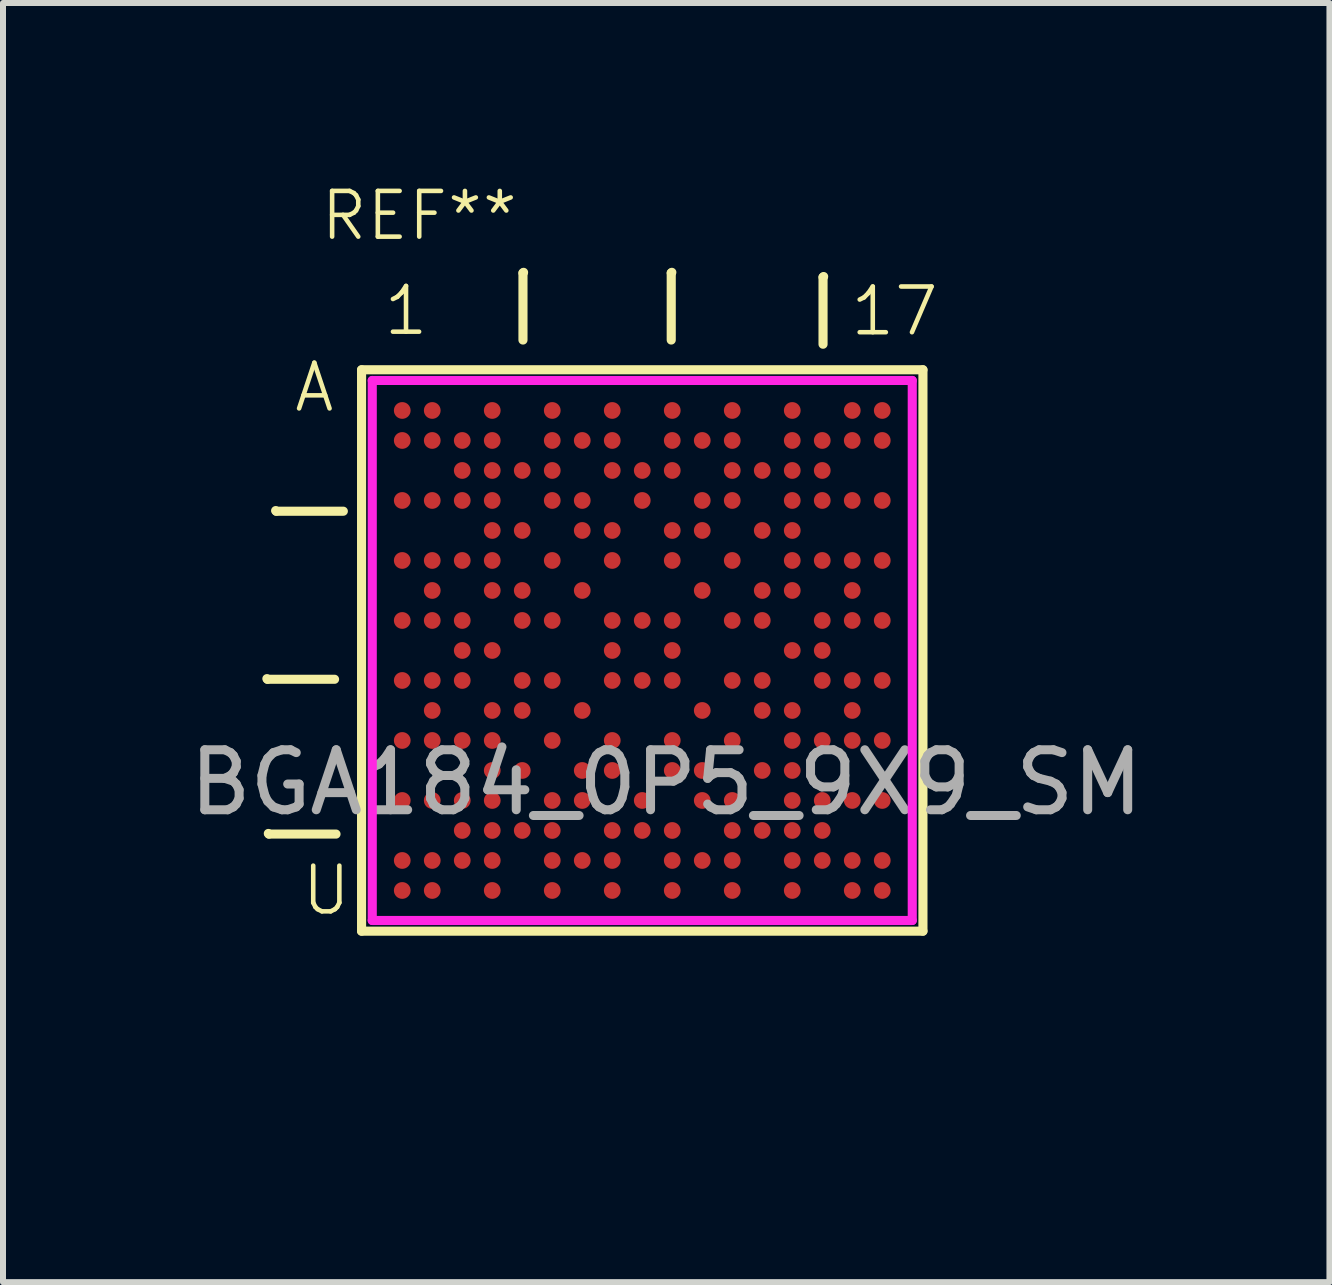
<source format=kicad_pcb>
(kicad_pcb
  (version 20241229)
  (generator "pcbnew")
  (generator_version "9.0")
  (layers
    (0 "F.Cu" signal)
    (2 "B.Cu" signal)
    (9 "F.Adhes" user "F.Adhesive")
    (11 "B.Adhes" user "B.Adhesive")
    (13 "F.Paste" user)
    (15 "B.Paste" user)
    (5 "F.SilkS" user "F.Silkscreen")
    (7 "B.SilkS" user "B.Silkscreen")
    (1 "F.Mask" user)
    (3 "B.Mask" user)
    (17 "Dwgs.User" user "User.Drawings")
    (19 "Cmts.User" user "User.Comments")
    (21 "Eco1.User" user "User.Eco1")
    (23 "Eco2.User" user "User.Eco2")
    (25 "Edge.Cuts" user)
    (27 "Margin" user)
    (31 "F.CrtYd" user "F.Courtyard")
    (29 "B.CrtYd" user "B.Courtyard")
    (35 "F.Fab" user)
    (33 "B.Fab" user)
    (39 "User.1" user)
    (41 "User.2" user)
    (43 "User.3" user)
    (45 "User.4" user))
  (footprint "BGA184_0P5_9X9_SM"
    (layer "F.Cu")
    (at 7.654 7.791)
    (property "Reference" "BGA184_0P5_9X9_SM" (at -1.7 7.4 0) (unlocked yes) (layer "Eco1.User") (effects (font (size 0.635 0.635) (thickness 0.041)) (justify left bottom)))
    (fp_line (start -6.256 0.47) (end -6.246 0.48) (stroke (width 0.152) (type solid)) (layer "F.SilkS"))
    (fp_line (start -6.246 0.48) (end -5.128 0.48) (stroke (width 0.152) (type solid)) (layer "F.SilkS"))
    (fp_line (start -6.232 3.05) (end -6.222 3.06) (stroke (width 0.152) (type solid)) (layer "F.SilkS"))
    (fp_line (start -6.222 3.06) (end -5.104 3.06) (stroke (width 0.152) (type solid)) (layer "F.SilkS"))
    (fp_line (start -6.11 -2.331) (end -6.1 -2.321) (stroke (width 0.152) (type solid)) (layer "F.SilkS"))
    (fp_line (start -6.1 -2.321) (end -4.982 -2.321) (stroke (width 0.152) (type solid)) (layer "F.SilkS"))
    (fp_line (start -4.678 -4.678) (end 4.678 -4.678) (stroke (width 0.152) (type solid)) (layer "F.SilkS"))
    (fp_line (start -4.678 4.678) (end -4.678 -4.678) (stroke (width 0.152) (type solid)) (layer "F.SilkS"))
    (fp_line (start -4.678 4.678) (end 4.678 4.678) (stroke (width 0.152) (type solid)) (layer "F.SilkS"))
    (fp_line (start -1.988 -6.292) (end -1.978 -6.302) (stroke (width 0.152) (type solid)) (layer "F.SilkS"))
    (fp_line (start -1.988 -5.174) (end -1.988 -6.292) (stroke (width 0.152) (type solid)) (layer "F.SilkS"))
    (fp_line (start 0.483 -6.292) (end 0.493 -6.302) (stroke (width 0.152) (type solid)) (layer "F.SilkS"))
    (fp_line (start 0.483 -5.174) (end 0.483 -6.292) (stroke (width 0.152) (type solid)) (layer "F.SilkS"))
    (fp_line (start 3.013 -6.222) (end 3.023 -6.232) (stroke (width 0.152) (type solid)) (layer "F.SilkS"))
    (fp_line (start 3.013 -5.104) (end 3.013 -6.222) (stroke (width 0.152) (type solid)) (layer "F.SilkS"))
    (fp_line (start 4.678 4.678) (end 4.678 -4.678) (stroke (width 0.152) (type solid)) (layer "F.SilkS"))
    (fp_line (start -6.361 -1.96) (end -6.341 -1.94) (stroke (width 0.152) (type solid)) (layer "Eco1.User"))
    (fp_line (start -6.341 -1.94) (end -5.257 -1.94) (stroke (width 0.152) (type solid)) (layer "Eco1.User"))
    (fp_line (start -6.253 0.46) (end -6.233 0.48) (stroke (width 0.152) (type solid)) (layer "Eco1.User"))
    (fp_line (start -6.233 0.48) (end -5.149 0.48) (stroke (width 0.152) (type solid)) (layer "Eco1.User"))
    (fp_line (start -6.229 3.04) (end -6.209 3.06) (stroke (width 0.152) (type solid)) (layer "Eco1.User"))
    (fp_line (start -6.209 3.06) (end -5.125 3.06) (stroke (width 0.152) (type solid)) (layer "Eco1.User"))
    (fp_line (start -4.5 -4.5) (end 4.5 -4.5) (stroke (width 0.152) (type solid)) (layer "Eco1.User"))
    (fp_line (start -4.5 4.5) (end -4.5 -4.5) (stroke (width 0.152) (type solid)) (layer "Eco1.User"))
    (fp_line (start -4.5 4.5) (end 4.5 4.5) (stroke (width 0.152) (type solid)) (layer "Eco1.User"))
    (fp_line (start -1.988 -6.279) (end -1.968 -6.299) (stroke (width 0.152) (type solid)) (layer "Eco1.User"))
    (fp_line (start -1.988 -5.195) (end -1.988 -6.279) (stroke (width 0.152) (type solid)) (layer "Eco1.User"))
    (fp_line (start 0.483 -6.279) (end 0.503 -6.299) (stroke (width 0.152) (type solid)) (layer "Eco1.User"))
    (fp_line (start 0.483 -5.195) (end 0.483 -6.279) (stroke (width 0.152) (type solid)) (layer "Eco1.User"))
    (fp_line (start 3.013 -6.209) (end 3.033 -6.229) (stroke (width 0.152) (type solid)) (layer "Eco1.User"))
    (fp_line (start 3.013 -5.125) (end 3.013 -6.209) (stroke (width 0.152) (type solid)) (layer "Eco1.User"))
    (fp_line (start 4.5 4.5) (end 4.5 -4.5) (stroke (width 0.152) (type solid)) (layer "Eco1.User"))
    (fp_line (start -4.5 -4.5) (end 4.5 -4.5) (stroke (width 0.152) (type solid)) (layer "F.CrtYd"))
    (fp_line (start -4.5 4.5) (end -4.5 -4.5) (stroke (width 0.152) (type solid)) (layer "F.CrtYd"))
    (fp_line (start -4.5 4.5) (end 4.5 4.5) (stroke (width 0.152) (type solid)) (layer "F.CrtYd"))
    (fp_line (start 4.5 4.5) (end 4.5 -4.5) (stroke (width 0.152) (type solid)) (layer "F.CrtYd"))
    (fp_line (start -4.5 4.5) (end 4.5 4.5) (stroke (width 0.025) (type solid)) (layer "User.5"))
    (fp_line (start -4.5 -4.5) (end 4.5 -4.5) (stroke (width 0.025) (type solid)) (layer "User.7"))
    (fp_line (start -4.5 4.5) (end -4.5 -4.5) (stroke (width 0.025) (type solid)) (layer "User.7"))
    (fp_line (start -4.5 4.5) (end 4.5 4.5) (stroke (width 0.025) (type solid)) (layer "User.7"))
    (fp_line (start 4.5 4.5) (end 4.5 -4.5) (stroke (width 0.025) (type solid)) (layer "User.7"))
    (fp_line (start -0.254 0) (end 0.254 0) (stroke (width 0.025) (type solid)) (layer "User.9"))
    (fp_line (start 0 0.254) (end 0 -0.254) (stroke (width 0.025) (type solid)) (layer "User.9"))
    (fp_text user "A" (at -5.842 -3.937 0) (unlocked yes) (layer "F.SilkS") (effects (font (size 0.762 0.762) (thickness 0.076)) (justify left bottom)))
    (fp_text user "REF**" (at -5.4 -6.8 0) (unlocked yes) (layer "F.SilkS") (effects (font (size 0.762 0.762) (thickness 0.076)) (justify left bottom)))
    (fp_text user "17" (at 3.429 -5.207 0) (unlocked yes) (layer "F.SilkS") (effects (font (size 0.762 0.762) (thickness 0.076)) (justify left bottom)))
    (fp_text user "U" (at -5.715 4.445 0) (unlocked yes) (layer "F.SilkS") (effects (font (size 0.762 0.762) (thickness 0.076)) (justify left bottom)))
    (fp_text user "1" (at -4.35 -5.216 0) (unlocked yes) (layer "F.SilkS") (effects (font (size 0.762 0.762) (thickness 0.076)) (justify left bottom)))
    (fp_text user "J3" (at -3.203 0 0) (unlocked yes) (layer "Eco1.User") (effects (font (size 0.254 0.254) (thickness 0.025)) (justify left bottom)))
    (fp_text user "H2" (at -3.703 -0.5 0) (unlocked yes) (layer "Eco1.User") (effects (font (size 0.254 0.254) (thickness 0.025)) (justify left bottom)))
    (fp_text user "N8" (at -0.703 2 0) (unlocked yes) (layer "Eco1.User") (effects (font (size 0.254 0.254) (thickness 0.025)) (justify left bottom)))
    (fp_text user "N5" (at -2.203 2 0) (unlocked yes) (layer "Eco1.User") (effects (font (size 0.254 0.254) (thickness 0.025)) (justify left bottom)))
    (fp_text user "L2" (at -3.703 1 0) (unlocked yes) (layer "Eco1.User") (effects (font (size 0.254 0.254) (thickness 0.025)) (justify left bottom)))
    (fp_text user "T17" (at 3.695 3.5 0) (unlocked yes) (layer "Eco1.User") (effects (font (size 0.254 0.254) (thickness 0.025)) (justify left bottom)))
    (fp_text user "F1" (at -4.203 -1.5 0) (unlocked yes) (layer "Eco1.User") (effects (font (size 0.254 0.254) (thickness 0.025)) (justify left bottom)))
    (fp_text user "M2" (at -3.703 1.5 0) (unlocked yes) (layer "Eco1.User") (effects (font (size 0.254 0.254) (thickness 0.025)) (justify left bottom)))
    (fp_text user "A8" (at -0.703 -4 0) (unlocked yes) (layer "Eco1.User") (effects (font (size 0.254 0.254) (thickness 0.025)) (justify left bottom)))
    (fp_text user "K6" (at -1.703 0.5 0) (unlocked yes) (layer "Eco1.User") (effects (font (size 0.254 0.254) (thickness 0.025)) (justify left bottom)))
    (fp_text user "H12" (at 1.195 -0.5 0) (unlocked yes) (layer "Eco1.User") (effects (font (size 0.254 0.254) (thickness 0.025)) (justify left bottom)))
    (fp_text user "N14" (at 2.195 2 0) (unlocked yes) (layer "Eco1.User") (effects (font (size 0.254 0.254) (thickness 0.025)) (justify left bottom)))
    (fp_text user "H16" (at 3.195 -0.5 0) (unlocked yes) (layer "Eco1.User") (effects (font (size 0.254 0.254) (thickness 0.025)) (justify left bottom)))
    (fp_text user "H15" (at 2.695 -0.5 0) (unlocked yes) (layer "Eco1.User") (effects (font (size 0.254 0.254) (thickness 0.025)) (justify left bottom)))
    (fp_text user "E10" (at 0.195 -2 0) (unlocked yes) (layer "Eco1.User") (effects (font (size 0.254 0.254) (thickness 0.025)) (justify left bottom)))
    (fp_text user "C12" (at 1.195 -3 0) (unlocked yes) (layer "Eco1.User") (effects (font (size 0.254 0.254) (thickness 0.025)) (justify left bottom)))
    (fp_text user "M3" (at -3.203 1.5 0) (unlocked yes) (layer "Eco1.User") (effects (font (size 0.254 0.254) (thickness 0.025)) (justify left bottom)))
    (fp_text user "F12" (at 1.195 -1.5 0) (unlocked yes) (layer "Eco1.User") (effects (font (size 0.254 0.254) (thickness 0.025)) (justify left bottom)))
    (fp_text user "G5" (at -2.203 -1 0) (unlocked yes) (layer "Eco1.User") (effects (font (size 0.254 0.254) (thickness 0.025)) (justify left bottom)))
    (fp_text user "H3" (at -3.203 -0.5 0) (unlocked yes) (layer "Eco1.User") (effects (font (size 0.254 0.254) (thickness 0.025)) (justify left bottom)))
    (fp_text user "H8" (at -0.703 -0.5 0) (unlocked yes) (layer "Eco1.User") (effects (font (size 0.254 0.254) (thickness 0.025)) (justify left bottom)))
    (fp_text user "T12" (at 1.195 3.5 0) (unlocked yes) (layer "Eco1.User") (effects (font (size 0.254 0.254) (thickness 0.025)) (justify left bottom)))
    (fp_text user "N13" (at 1.695 2 0) (unlocked yes) (layer "Eco1.User") (effects (font (size 0.254 0.254) (thickness 0.025)) (justify left bottom)))
    (fp_text user "K1" (at -4.203 0.5 0) (unlocked yes) (layer "Eco1.User") (effects (font (size 0.254 0.254) (thickness 0.025)) (justify left bottom)))
    (fp_text user "T16" (at 3.195 3.5 0) (unlocked yes) (layer "Eco1.User") (effects (font (size 0.254 0.254) (thickness 0.025)) (justify left bottom)))
    (fp_text user "P1" (at -4.203 2.5 0) (unlocked yes) (layer "Eco1.User") (effects (font (size 0.254 0.254) (thickness 0.025)) (justify left bottom)))
    (fp_text user "R14" (at 2.195 3 0) (unlocked yes) (layer "Eco1.User") (effects (font (size 0.254 0.254) (thickness 0.025)) (justify left bottom)))
    (fp_text user "K12" (at 1.195 0.5 0) (unlocked yes) (layer "Eco1.User") (effects (font (size 0.254 0.254) (thickness 0.025)) (justify left bottom)))
    (fp_text user "H10" (at 0.195 -0.5 0) (unlocked yes) (layer "Eco1.User") (effects (font (size 0.254 0.254) (thickness 0.025)) (justify left bottom)))
    (fp_text user "K15" (at 2.695 0.5 0) (unlocked yes) (layer "Eco1.User") (effects (font (size 0.254 0.254) (thickness 0.025)) (justify left bottom)))
    (fp_text user "B14" (at 2.195 -3.5 0) (unlocked yes) (layer "Eco1.User") (effects (font (size 0.254 0.254) (thickness 0.025)) (justify left bottom)))
    (fp_text user "M10" (at 0.195 1.5 0) (unlocked yes) (layer "Eco1.User") (effects (font (size 0.254 0.254) (thickness 0.025)) (justify left bottom)))
    (fp_text user "J15" (at 2.695 0 0) (unlocked yes) (layer "Eco1.User") (effects (font (size 0.254 0.254) (thickness 0.025)) (justify left bottom)))
    (fp_text user "H9" (at -0.203 -0.5 0) (unlocked yes) (layer "Eco1.User") (effects (font (size 0.254 0.254) (thickness 0.025)) (justify left bottom)))
    (fp_text user "U1" (at -4.203 4 0) (unlocked yes) (layer "Eco1.User") (effects (font (size 0.254 0.254) (thickness 0.025)) (justify left bottom)))
    (fp_text user "P17" (at 3.695 2.5 0) (unlocked yes) (layer "Eco1.User") (effects (font (size 0.254 0.254) (thickness 0.025)) (justify left bottom)))
    (fp_text user "F10" (at 0.195 -1.5 0) (unlocked yes) (layer "Eco1.User") (effects (font (size 0.254 0.254) (thickness 0.025)) (justify left bottom)))
    (fp_text user "K9" (at -0.203 0.5 0) (unlocked yes) (layer "Eco1.User") (effects (font (size 0.254 0.254) (thickness 0.025)) (justify left bottom)))
    (fp_text user "B1" (at -4.203 -3.5 0) (unlocked yes) (layer "Eco1.User") (effects (font (size 0.254 0.254) (thickness 0.025)) (justify left bottom)))
    (fp_text user "D1" (at -4.203 -2.5 0) (unlocked yes) (layer "Eco1.User") (effects (font (size 0.254 0.254) (thickness 0.025)) (justify left bottom)))
    (fp_text user "D7" (at -1.203 -2.5 0) (unlocked yes) (layer "Eco1.User") (effects (font (size 0.254 0.254) (thickness 0.025)) (justify left bottom)))
    (fp_text user "C5" (at -2.203 -3 0) (unlocked yes) (layer "Eco1.User") (effects (font (size 0.254 0.254) (thickness 0.025)) (justify left bottom)))
    (fp_text user "G4" (at -2.703 -1 0) (unlocked yes) (layer "Eco1.User") (effects (font (size 0.254 0.254) (thickness 0.025)) (justify left bottom)))
    (fp_text user "T10" (at 0.195 3.5 0) (unlocked yes) (layer "Eco1.User") (effects (font (size 0.254 0.254) (thickness 0.025)) (justify left bottom)))
    (fp_text user "M6" (at -1.703 1.5 0) (unlocked yes) (layer "Eco1.User") (effects (font (size 0.254 0.254) (thickness 0.025)) (justify left bottom)))
    (fp_text user "F4" (at -2.703 -1.5 0) (unlocked yes) (layer "Eco1.User") (effects (font (size 0.254 0.254) (thickness 0.025)) (justify left bottom)))
    (fp_text user "M14" (at 2.195 1.5 0) (unlocked yes) (layer "Eco1.User") (effects (font (size 0.254 0.254) (thickness 0.025)) (justify left bottom)))
    (fp_text user "G7" (at -1.203 -1 0) (unlocked yes) (layer "Eco1.User") (effects (font (size 0.254 0.254) (thickness 0.025)) (justify left bottom)))
    (fp_text user "F17" (at 3.695 -1.5 0) (unlocked yes) (layer "Eco1.User") (effects (font (size 0.254 0.254) (thickness 0.025)) (justify left bottom)))
    (fp_text user "M12" (at 1.195 1.5 0) (unlocked yes) (layer "Eco1.User") (effects (font (size 0.254 0.254) (thickness 0.025)) (justify left bottom)))
    (fp_text user "N11" (at 0.695 2 0) (unlocked yes) (layer "Eco1.User") (effects (font (size 0.254 0.254) (thickness 0.025)) (justify left bottom)))
    (fp_text user "R5" (at -2.203 3 0) (unlocked yes) (layer "Eco1.User") (effects (font (size 0.254 0.254) (thickness 0.025)) (justify left bottom)))
    (fp_text user "D3" (at -3.203 -2.5 0) (unlocked yes) (layer "Eco1.User") (effects (font (size 0.254 0.254) (thickness 0.025)) (justify left bottom)))
    (fp_text user "D17" (at 3.695 -2.5 0) (unlocked yes) (layer "Eco1.User") (effects (font (size 0.254 0.254) (thickness 0.025)) (justify left bottom)))
    (fp_text user "B10" (at 0.195 -3.5 0) (unlocked yes) (layer "Eco1.User") (effects (font (size 0.254 0.254) (thickness 0.025)) (justify left bottom)))
    (fp_text user "J10" (at 0.195 0 0) (unlocked yes) (layer "Eco1.User") (effects (font (size 0.254 0.254) (thickness 0.025)) (justify left bottom)))
    (fp_text user "K3" (at -3.203 0.5 0) (unlocked yes) (layer "Eco1.User") (effects (font (size 0.254 0.254) (thickness 0.025)) (justify left bottom)))
    (fp_text user "G11" (at 0.695 -1 0) (unlocked yes) (layer "Eco1.User") (effects (font (size 0.254 0.254) (thickness 0.025)) (justify left bottom)))
    (fp_text user "N10" (at 0.195 2 0) (unlocked yes) (layer "Eco1.User") (effects (font (size 0.254 0.254) (thickness 0.025)) (justify left bottom)))
    (fp_text user "H1" (at -4.203 -0.5 0) (unlocked yes) (layer "Eco1.User") (effects (font (size 0.254 0.254) (thickness 0.025)) (justify left bottom)))
    (fp_text user "P2" (at -3.703 2.5 0) (unlocked yes) (layer "Eco1.User") (effects (font (size 0.254 0.254) (thickness 0.025)) (justify left bottom)))
    (fp_text user "R15" (at 2.695 3 0) (unlocked yes) (layer "Eco1.User") (effects (font (size 0.254 0.254) (thickness 0.025)) (justify left bottom)))
    (fp_text user "17" (at 3.881 -5.57 0) (unlocked yes) (layer "Eco1.User") (effects (font (size 0.635 0.635) (thickness 0.041)) (justify left bottom)))
    (fp_text user "L16" (at 3.195 1 0) (unlocked yes) (layer "Eco1.User") (effects (font (size 0.254 0.254) (thickness 0.025)) (justify left bottom)))
    (fp_text user "P12" (at 1.195 2.5 0) (unlocked yes) (layer "Eco1.User") (effects (font (size 0.254 0.254) (thickness 0.025)) (justify left bottom)))
    (fp_text user "F6" (at -1.703 -1.5 0) (unlocked yes) (layer "Eco1.User") (effects (font (size 0.254 0.254) (thickness 0.025)) (justify left bottom)))
    (fp_text user "J4" (at -2.703 0 0) (unlocked yes) (layer "Eco1.User") (effects (font (size 0.254 0.254) (thickness 0.025)) (justify left bottom)))
    (fp_text user "U2" (at -3.703 4 0) (unlocked yes) (layer "Eco1.User") (effects (font (size 0.254 0.254) (thickness 0.025)) (justify left bottom)))
    (fp_text user "F14" (at 2.195 -1.5 0) (unlocked yes) (layer "Eco1.User") (effects (font (size 0.254 0.254) (thickness 0.025)) (justify left bottom)))
    (fp_text user "G2" (at -3.703 -1 0) (unlocked yes) (layer "Eco1.User") (effects (font (size 0.254 0.254) (thickness 0.025)) (justify left bottom)))
    (fp_text user "K10" (at 0.195 0.5 0) (unlocked yes) (layer "Eco1.User") (effects (font (size 0.254 0.254) (thickness 0.025)) (justify left bottom)))
    (fp_text user "B8" (at -0.703 -3.5 0) (unlocked yes) (layer "Eco1.User") (effects (font (size 0.254 0.254) (thickness 0.025)) (justify left bottom)))
    (fp_text user "K5" (at -2.203 0.5 0) (unlocked yes) (layer "Eco1.User") (effects (font (size 0.254 0.254) (thickness 0.025)) (justify left bottom)))
    (fp_text user "E14" (at 2.195 -2 0) (unlocked yes) (layer "Eco1.User") (effects (font (size 0.254 0.254) (thickness 0.025)) (justify left bottom)))
    (fp_text user "U4" (at -2.703 4 0) (unlocked yes) (layer "Eco1.User") (effects (font (size 0.254 0.254) (thickness 0.025)) (justify left bottom)))
    (fp_text user "U17" (at 3.695 4 0) (unlocked yes) (layer "Eco1.User") (effects (font (size 0.254 0.254) (thickness 0.025)) (justify left bottom)))
    (fp_text user "U14" (at 2.195 4 0) (unlocked yes) (layer "Eco1.User") (effects (font (size 0.254 0.254) (thickness 0.025)) (justify left bottom)))
    (fp_text user "U" (at -5.688 4.327 0) (unlocked yes) (layer "Eco1.User") (effects (font (size 0.635 0.635) (thickness 0.041)) (justify left bottom)))
    (fp_text user "R9" (at -0.203 3 0) (unlocked yes) (layer "Eco1.User") (effects (font (size 0.254 0.254) (thickness 0.025)) (justify left bottom)))
    (fp_text user "1" (at -4.274 -5.25 0) (unlocked yes) (layer "Eco1.User") (effects (font (size 0.635 0.635) (thickness 0.041)) (justify left bottom)))
    (fp_text user "M16" (at 3.195 1.5 0) (unlocked yes) (layer "Eco1.User") (effects (font (size 0.254 0.254) (thickness 0.025)) (justify left bottom)))
    (fp_text user "N7" (at -1.203 2 0) (unlocked yes) (layer "Eco1.User") (effects (font (size 0.254 0.254) (thickness 0.025)) (justify left bottom)))
    (fp_text user "A1" (at -4.203 -4 0) (unlocked yes) (layer "Eco1.User") (effects (font (size 0.254 0.254) (thickness 0.025)) (justify left bottom)))
    (fp_text user "T15" (at 2.695 3.5 0) (unlocked yes) (layer "Eco1.User") (effects (font (size 0.254 0.254) (thickness 0.025)) (justify left bottom)))
    (fp_text user "G16" (at 3.195 -1 0) (unlocked yes) (layer "Eco1.User") (effects (font (size 0.254 0.254) (thickness 0.025)) (justify left bottom)))
    (fp_text user "T3" (at -3.203 3.5 0) (unlocked yes) (layer "Eco1.User") (effects (font (size 0.254 0.254) (thickness 0.025)) (justify left bottom)))
    (fp_text user "B16" (at 3.195 -3.5 0) (unlocked yes) (layer "Eco1.User") (effects (font (size 0.254 0.254) (thickness 0.025)) (justify left bottom)))
    (fp_text user "T4" (at -2.703 3.5 0) (unlocked yes) (layer "Eco1.User") (effects (font (size 0.254 0.254) (thickness 0.025)) (justify left bottom)))
    (fp_text user "E4" (at -2.703 -2 0) (unlocked yes) (layer "Eco1.User") (effects (font (size 0.254 0.254) (thickness 0.025)) (justify left bottom)))
    (fp_text user "E13" (at 1.695 -2 0) (unlocked yes) (layer "Eco1.User") (effects (font (size 0.254 0.254) (thickness 0.025)) (justify left bottom)))
    (fp_text user "T7" (at -1.203 3.5 0) (unlocked yes) (layer "Eco1.User") (effects (font (size 0.254 0.254) (thickness 0.025)) (justify left bottom)))
    (fp_text user "B11" (at 0.695 -3.5 0) (unlocked yes) (layer "Eco1.User") (effects (font (size 0.254 0.254) (thickness 0.025)) (justify left bottom)))
    (fp_text user "B3" (at -3.203 -3.5 0) (unlocked yes) (layer "Eco1.User") (effects (font (size 0.254 0.254) (thickness 0.025)) (justify left bottom)))
    (fp_text user "A14" (at 2.195 -4 0) (unlocked yes) (layer "Eco1.User") (effects (font (size 0.254 0.254) (thickness 0.025)) (justify left bottom)))
    (fp_text user "U16" (at 3.195 4 0) (unlocked yes) (layer "Eco1.User") (effects (font (size 0.254 0.254) (thickness 0.025)) (justify left bottom)))
    (fp_text user "E11" (at 0.695 -2 0) (unlocked yes) (layer "Eco1.User") (effects (font (size 0.254 0.254) (thickness 0.025)) (justify left bottom)))
    (fp_text user "R8" (at -0.703 3 0) (unlocked yes) (layer "Eco1.User") (effects (font (size 0.254 0.254) (thickness 0.025)) (justify left bottom)))
    (fp_text user "D11" (at 0.695 -2.5 0) (unlocked yes) (layer "Eco1.User") (effects (font (size 0.254 0.254) (thickness 0.025)) (justify left bottom)))
    (fp_text user "T8" (at -0.703 3.5 0) (unlocked yes) (layer "Eco1.User") (effects (font (size 0.254 0.254) (thickness 0.025)) (justify left bottom)))
    (fp_text user "G13" (at 1.695 -1 0) (unlocked yes) (layer "Eco1.User") (effects (font (size 0.254 0.254) (thickness 0.025)) (justify left bottom)))
    (fp_text user "C13" (at 1.695 -3 0) (unlocked yes) (layer "Eco1.User") (effects (font (size 0.254 0.254) (thickness 0.025)) (justify left bottom)))
    (fp_text user "C15" (at 2.695 -3 0) (unlocked yes) (layer "Eco1.User") (effects (font (size 0.254 0.254) (thickness 0.025)) (justify left bottom)))
    (fp_text user "K2" (at -3.703 0.5 0) (unlocked yes) (layer "Eco1.User") (effects (font (size 0.254 0.254) (thickness 0.025)) (justify left bottom)))
    (fp_text user "P7" (at -1.203 2.5 0) (unlocked yes) (layer "Eco1.User") (effects (font (size 0.254 0.254) (thickness 0.025)) (justify left bottom)))
    (fp_text user "E8" (at -0.703 -2 0) (unlocked yes) (layer "Eco1.User") (effects (font (size 0.254 0.254) (thickness 0.025)) (justify left bottom)))
    (fp_text user "H5" (at -2.203 -0.5 0) (unlocked yes) (layer "Eco1.User") (effects (font (size 0.254 0.254) (thickness 0.025)) (justify left bottom)))
    (fp_text user "R10" (at 0.195 3 0) (unlocked yes) (layer "Eco1.User") (effects (font (size 0.254 0.254) (thickness 0.025)) (justify left bottom)))
    (fp_text user "B7" (at -1.203 -3.5 0) (unlocked yes) (layer "Eco1.User") (effects (font (size 0.254 0.254) (thickness 0.025)) (justify left bottom)))
    (fp_text user "A4" (at -2.703 -4 0) (unlocked yes) (layer "Eco1.User") (effects (font (size 0.254 0.254) (thickness 0.025)) (justify left bottom)))
    (fp_text user "F16" (at 3.195 -1.5 0) (unlocked yes) (layer "Eco1.User") (effects (font (size 0.254 0.254) (thickness 0.025)) (justify left bottom)))
    (fp_text user "U10" (at 0.195 4 0) (unlocked yes) (layer "Eco1.User") (effects (font (size 0.254 0.254) (thickness 0.025)) (justify left bottom)))
    (fp_text user "U8" (at -0.703 4 0) (unlocked yes) (layer "Eco1.User") (effects (font (size 0.254 0.254) (thickness 0.025)) (justify left bottom)))
    (fp_text user "P4" (at -2.703 2.5 0) (unlocked yes) (layer "Eco1.User") (effects (font (size 0.254 0.254) (thickness 0.025)) (justify left bottom)))
    (fp_text user "G14" (at 2.195 -1 0) (unlocked yes) (layer "Eco1.User") (effects (font (size 0.254 0.254) (thickness 0.025)) (justify left bottom)))
    (fp_text user "T11" (at 0.695 3.5 0) (unlocked yes) (layer "Eco1.User") (effects (font (size 0.254 0.254) (thickness 0.025)) (justify left bottom)))
    (fp_text user "M15" (at 2.695 1.5 0) (unlocked yes) (layer "Eco1.User") (effects (font (size 0.254 0.254) (thickness 0.025)) (justify left bottom)))
    (fp_text user "C4" (at -2.703 -3 0) (unlocked yes) (layer "Eco1.User") (effects (font (size 0.254 0.254) (thickness 0.025)) (justify left bottom)))
    (fp_text user "H6" (at -1.703 -0.5 0) (unlocked yes) (layer "Eco1.User") (effects (font (size 0.254 0.254) (thickness 0.025)) (justify left bottom)))
    (fp_text user "A12" (at 1.195 -4 0) (unlocked yes) (layer "Eco1.User") (effects (font (size 0.254 0.254) (thickness 0.025)) (justify left bottom)))
    (fp_text user "A6" (at -1.703 -4 0) (unlocked yes) (layer "Eco1.User") (effects (font (size 0.254 0.254) (thickness 0.025)) (justify left bottom)))
    (fp_text user "A16" (at 3.195 -4 0) (unlocked yes) (layer "Eco1.User") (effects (font (size 0.254 0.254) (thickness 0.025)) (justify left bottom)))
    (fp_text user "P6" (at -1.703 2.5 0) (unlocked yes) (layer "Eco1.User") (effects (font (size 0.254 0.254) (thickness 0.025)) (justify left bottom)))
    (fp_text user "D16" (at 3.195 -2.5 0) (unlocked yes) (layer "Eco1.User") (effects (font (size 0.254 0.254) (thickness 0.025)) (justify left bottom)))
    (fp_text user "H13" (at 1.695 -0.5 0) (unlocked yes) (layer "Eco1.User") (effects (font (size 0.254 0.254) (thickness 0.025)) (justify left bottom)))
    (fp_text user "N4" (at -2.703 2 0) (unlocked yes) (layer "Eco1.User") (effects (font (size 0.254 0.254) (thickness 0.025)) (justify left bottom)))
    (fp_text user "D4" (at -2.703 -2.5 0) (unlocked yes) (layer "Eco1.User") (effects (font (size 0.254 0.254) (thickness 0.025)) (justify left bottom)))
    (fp_text user "P16" (at 3.195 2.5 0) (unlocked yes) (layer "Eco1.User") (effects (font (size 0.254 0.254) (thickness 0.025)) (justify left bottom)))
    (fp_text user "P9" (at -0.203 2.5 0) (unlocked yes) (layer "Eco1.User") (effects (font (size 0.254 0.254) (thickness 0.025)) (justify left bottom)))
    (fp_text user "L7" (at -1.203 1 0) (unlocked yes) (layer "Eco1.User") (effects (font (size 0.254 0.254) (thickness 0.025)) (justify left bottom)))
    (fp_text user "D14" (at 2.195 -2.5 0) (unlocked yes) (layer "Eco1.User") (effects (font (size 0.254 0.254) (thickness 0.025)) (justify left bottom)))
    (fp_text user "B2" (at -3.703 -3.5 0) (unlocked yes) (layer "Eco1.User") (effects (font (size 0.254 0.254) (thickness 0.025)) (justify left bottom)))
    (fp_text user "M8" (at -0.703 1.5 0) (unlocked yes) (layer "Eco1.User") (effects (font (size 0.254 0.254) (thickness 0.025)) (justify left bottom)))
    (fp_text user "B4" (at -2.703 -3.5 0) (unlocked yes) (layer "Eco1.User") (effects (font (size 0.254 0.254) (thickness 0.025)) (justify left bottom)))
    (fp_text user "E5" (at -2.203 -2 0) (unlocked yes) (layer "Eco1.User") (effects (font (size 0.254 0.254) (thickness 0.025)) (justify left bottom)))
    (fp_text user "L14" (at 2.195 1 0) (unlocked yes) (layer "Eco1.User") (effects (font (size 0.254 0.254) (thickness 0.025)) (justify left bottom)))
    (fp_text user "R6" (at -1.703 3 0) (unlocked yes) (layer "Eco1.User") (effects (font (size 0.254 0.254) (thickness 0.025)) (justify left bottom)))
    (fp_text user "T6" (at -1.703 3.5 0) (unlocked yes) (layer "Eco1.User") (effects (font (size 0.254 0.254) (thickness 0.025)) (justify left bottom)))
    (fp_text user "C8" (at -0.703 -3 0) (unlocked yes) (layer "Eco1.User") (effects (font (size 0.254 0.254) (thickness 0.025)) (justify left bottom)))
    (fp_text user "C14" (at 2.195 -3 0) (unlocked yes) (layer "Eco1.User") (effects (font (size 0.254 0.254) (thickness 0.025)) (justify left bottom)))
    (fp_text user "R12" (at 1.195 3 0) (unlocked yes) (layer "Eco1.User") (effects (font (size 0.254 0.254) (thickness 0.025)) (justify left bottom)))
    (fp_text user "D12" (at 1.195 -2.5 0) (unlocked yes) (layer "Eco1.User") (effects (font (size 0.254 0.254) (thickness 0.025)) (justify left bottom)))
    (fp_text user "T1" (at -4.203 3.5 0) (unlocked yes) (layer "Eco1.User") (effects (font (size 0.254 0.254) (thickness 0.025)) (justify left bottom)))
    (fp_text user "L13" (at 1.695 1 0) (unlocked yes) (layer "Eco1.User") (effects (font (size 0.254 0.254) (thickness 0.025)) (justify left bottom)))
    (fp_text user "P11" (at 0.695 2.5 0) (unlocked yes) (layer "Eco1.User") (effects (font (size 0.254 0.254) (thickness 0.025)) (justify left bottom)))
    (fp_text user "K13" (at 1.695 0.5 0) (unlocked yes) (layer "Eco1.User") (effects (font (size 0.254 0.254) (thickness 0.025)) (justify left bottom)))
    (fp_text user "E7" (at -1.203 -2 0) (unlocked yes) (layer "Eco1.User") (effects (font (size 0.254 0.254) (thickness 0.025)) (justify left bottom)))
    (fp_text user "L11" (at 0.695 1 0) (unlocked yes) (layer "Eco1.User") (effects (font (size 0.254 0.254) (thickness 0.025)) (justify left bottom)))
    (fp_text user "T2" (at -3.703 3.5 0) (unlocked yes) (layer "Eco1.User") (effects (font (size 0.254 0.254) (thickness 0.025)) (justify left bottom)))
    (fp_text user "A" (at -5.965 -3.85 0) (unlocked yes) (layer "Eco1.User") (effects (font (size 0.635 0.635) (thickness 0.041)) (justify left bottom)))
    (fp_text user "D2" (at -3.703 -2.5 0) (unlocked yes) (layer "Eco1.User") (effects (font (size 0.254 0.254) (thickness 0.025)) (justify left bottom)))
    (fp_text user "F3" (at -3.203 -1.5 0) (unlocked yes) (layer "Eco1.User") (effects (font (size 0.254 0.254) (thickness 0.025)) (justify left bottom)))
    (fp_text user "A2" (at -3.703 -4 0) (unlocked yes) (layer "Eco1.User") (effects (font (size 0.254 0.254) (thickness 0.025)) (justify left bottom)))
    (fp_text user "T14" (at 2.195 3.5 0) (unlocked yes) (layer "Eco1.User") (effects (font (size 0.254 0.254) (thickness 0.025)) (justify left bottom)))
    (fp_text user "D15" (at 2.695 -2.5 0) (unlocked yes) (layer "Eco1.User") (effects (font (size 0.254 0.254) (thickness 0.025)) (justify left bottom)))
    (fp_text user "M17" (at 3.695 1.5 0) (unlocked yes) (layer "Eco1.User") (effects (font (size 0.254 0.254) (thickness 0.025)) (justify left bottom)))
    (fp_text user "A17" (at 3.695 -4 0) (unlocked yes) (layer "Eco1.User") (effects (font (size 0.254 0.254) (thickness 0.025)) (justify left bottom)))
    (fp_text user "B6" (at -1.703 -3.5 0) (unlocked yes) (layer "Eco1.User") (effects (font (size 0.254 0.254) (thickness 0.025)) (justify left bottom)))
    (fp_text user "R3" (at -3.203 3 0) (unlocked yes) (layer "Eco1.User") (effects (font (size 0.254 0.254) (thickness 0.025)) (justify left bottom)))
    (fp_text user "R13" (at 1.695 3 0) (unlocked yes) (layer "Eco1.User") (effects (font (size 0.254 0.254) (thickness 0.025)) (justify left bottom)))
    (fp_text user "J14" (at 2.195 0 0) (unlocked yes) (layer "Eco1.User") (effects (font (size 0.254 0.254) (thickness 0.025)) (justify left bottom)))
    (fp_text user "C6" (at -1.703 -3 0) (unlocked yes) (layer "Eco1.User") (effects (font (size 0.254 0.254) (thickness 0.025)) (justify left bottom)))
    (fp_text user "M1" (at -4.203 1.5 0) (unlocked yes) (layer "Eco1.User") (effects (font (size 0.254 0.254) (thickness 0.025)) (justify left bottom)))
    (fp_text user "B15" (at 2.695 -3.5 0) (unlocked yes) (layer "Eco1.User") (effects (font (size 0.254 0.254) (thickness 0.025)) (justify left bottom)))
    (fp_text user "J8" (at -0.703 0 0) (unlocked yes) (layer "Eco1.User") (effects (font (size 0.254 0.254) (thickness 0.025)) (justify left bottom)))
    (fp_text user "B17" (at 3.695 -3.5 0) (unlocked yes) (layer "Eco1.User") (effects (font (size 0.254 0.254) (thickness 0.025)) (justify left bottom)))
    (fp_text user "C9" (at -0.203 -3 0) (unlocked yes) (layer "Eco1.User") (effects (font (size 0.254 0.254) (thickness 0.025)) (justify left bottom)))
    (fp_text user "L5" (at -2.203 1 0) (unlocked yes) (layer "Eco1.User") (effects (font (size 0.254 0.254) (thickness 0.025)) (justify left bottom)))
    (fp_text user "P3" (at -3.203 2.5 0) (unlocked yes) (layer "Eco1.User") (effects (font (size 0.254 0.254) (thickness 0.025)) (justify left bottom)))
    (fp_text user "B12" (at 1.195 -3.5 0) (unlocked yes) (layer "Eco1.User") (effects (font (size 0.254 0.254) (thickness 0.025)) (justify left bottom)))
    (fp_text user "L4" (at -2.703 1 0) (unlocked yes) (layer "Eco1.User") (effects (font (size 0.254 0.254) (thickness 0.025)) (justify left bottom)))
    (fp_text user "C3" (at -3.203 -3 0) (unlocked yes) (layer "Eco1.User") (effects (font (size 0.254 0.254) (thickness 0.025)) (justify left bottom)))
    (fp_text user "K17" (at 3.695 0.5 0) (unlocked yes) (layer "Eco1.User") (effects (font (size 0.254 0.254) (thickness 0.025)) (justify left bottom)))
    (fp_text user "F8" (at -0.703 -1.5 0) (unlocked yes) (layer "Eco1.User") (effects (font (size 0.254 0.254) (thickness 0.025)) (justify left bottom)))
    (fp_text user "H17" (at 3.695 -0.5 0) (unlocked yes) (layer "Eco1.User") (effects (font (size 0.254 0.254) (thickness 0.025)) (justify left bottom)))
    (fp_text user "P14" (at 2.195 2.5 0) (unlocked yes) (layer "Eco1.User") (effects (font (size 0.254 0.254) (thickness 0.025)) (justify left bottom)))
    (fp_text user "M4" (at -2.703 1.5 0) (unlocked yes) (layer "Eco1.User") (effects (font (size 0.254 0.254) (thickness 0.025)) (justify left bottom)))
    (fp_text user "D9" (at -0.203 -2.5 0) (unlocked yes) (layer "Eco1.User") (effects (font (size 0.254 0.254) (thickness 0.025)) (justify left bottom)))
    (fp_text user "U12" (at 1.195 4 0) (unlocked yes) (layer "Eco1.User") (effects (font (size 0.254 0.254) (thickness 0.025)) (justify left bottom)))
    (fp_text user "C10" (at 0.195 -3 0) (unlocked yes) (layer "Eco1.User") (effects (font (size 0.254 0.254) (thickness 0.025)) (justify left bottom)))
    (fp_text user "K8" (at -0.703 0.5 0) (unlocked yes) (layer "Eco1.User") (effects (font (size 0.254 0.254) (thickness 0.025)) (justify left bottom)))
    (fp_text user "F2" (at -3.703 -1.5 0) (unlocked yes) (layer "Eco1.User") (effects (font (size 0.254 0.254) (thickness 0.025)) (justify left bottom)))
    (fp_text user "R4" (at -2.703 3 0) (unlocked yes) (layer "Eco1.User") (effects (font (size 0.254 0.254) (thickness 0.025)) (justify left bottom)))
    (fp_text user "D6" (at -1.703 -2.5 0) (unlocked yes) (layer "Eco1.User") (effects (font (size 0.254 0.254) (thickness 0.025)) (justify left bottom)))
    (fp_text user "F15" (at 2.695 -1.5 0) (unlocked yes) (layer "Eco1.User") (effects (font (size 0.254 0.254) (thickness 0.025)) (justify left bottom)))
    (fp_text user "U6" (at -1.703 4 0) (unlocked yes) (layer "Eco1.User") (effects (font (size 0.254 0.254) (thickness 0.025)) (justify left bottom)))
    (fp_text user "A10" (at 0.195 -4 0) (unlocked yes) (layer "Eco1.User") (effects (font (size 0.254 0.254) (thickness 0.025)) (justify left bottom)))
    (fp_text user "K16" (at 3.195 0.5 0) (unlocked yes) (layer "Eco1.User") (effects (font (size 0.254 0.254) (thickness 0.025)) (justify left bottom)))
    (fp_text user "P15" (at 2.695 2.5 0) (unlocked yes) (layer "Eco1.User") (effects (font (size 0.254 0.254) (thickness 0.025)) (justify left bottom)))
    (fp_text user "${REFERENCE}" (at 0.4 2.2 0) (layer "F.Fab") (effects (font (size 1 1) (thickness 0.15))))
    (pad "A1" smd circle (at -4 -4) (size 0.279 0.279) (layers "F.Cu" "F.Mask" "F.Paste"))
    (pad "A2" smd circle (at -3.5 -4) (size 0.279 0.279) (layers "F.Cu" "F.Mask" "F.Paste"))
    (pad "A4" smd circle (at -2.5 -4) (size 0.279 0.279) (layers "F.Cu" "F.Mask" "F.Paste"))
    (pad "A6" smd circle (at -1.5 -4) (size 0.279 0.279) (layers "F.Cu" "F.Mask" "F.Paste"))
    (pad "A8" smd circle (at -0.5 -4) (size 0.279 0.279) (layers "F.Cu" "F.Mask" "F.Paste"))
    (pad "A10" smd circle (at 0.5 -4) (size 0.279 0.279) (layers "F.Cu" "F.Mask" "F.Paste"))
    (pad "A12" smd circle (at 1.5 -4) (size 0.279 0.279) (layers "F.Cu" "F.Mask" "F.Paste"))
    (pad "A14" smd circle (at 2.5 -4) (size 0.279 0.279) (layers "F.Cu" "F.Mask" "F.Paste"))
    (pad "A16" smd circle (at 3.5 -4) (size 0.279 0.279) (layers "F.Cu" "F.Mask" "F.Paste"))
    (pad "A17" smd circle (at 4 -4) (size 0.279 0.279) (layers "F.Cu" "F.Mask" "F.Paste"))
    (pad "B1" smd circle (at -4 -3.5) (size 0.279 0.279) (layers "F.Cu" "F.Mask" "F.Paste"))
    (pad "B2" smd circle (at -3.5 -3.5) (size 0.279 0.279) (layers "F.Cu" "F.Mask" "F.Paste"))
    (pad "B3" smd circle (at -3 -3.5) (size 0.279 0.279) (layers "F.Cu" "F.Mask" "F.Paste"))
    (pad "B4" smd circle (at -2.5 -3.5) (size 0.279 0.279) (layers "F.Cu" "F.Mask" "F.Paste"))
    (pad "B6" smd circle (at -1.5 -3.5) (size 0.279 0.279) (layers "F.Cu" "F.Mask" "F.Paste"))
    (pad "B7" smd circle (at -1 -3.5) (size 0.279 0.279) (layers "F.Cu" "F.Mask" "F.Paste"))
    (pad "B8" smd circle (at -0.5 -3.5) (size 0.279 0.279) (layers "F.Cu" "F.Mask" "F.Paste"))
    (pad "B10" smd circle (at 0.5 -3.5) (size 0.279 0.279) (layers "F.Cu" "F.Mask" "F.Paste"))
    (pad "B11" smd circle (at 1 -3.5) (size 0.279 0.279) (layers "F.Cu" "F.Mask" "F.Paste"))
    (pad "B12" smd circle (at 1.5 -3.5) (size 0.279 0.279) (layers "F.Cu" "F.Mask" "F.Paste"))
    (pad "B14" smd circle (at 2.5 -3.5) (size 0.279 0.279) (layers "F.Cu" "F.Mask" "F.Paste"))
    (pad "B15" smd circle (at 3 -3.5) (size 0.279 0.279) (layers "F.Cu" "F.Mask" "F.Paste"))
    (pad "B16" smd circle (at 3.5 -3.5) (size 0.279 0.279) (layers "F.Cu" "F.Mask" "F.Paste"))
    (pad "B17" smd circle (at 4 -3.5) (size 0.279 0.279) (layers "F.Cu" "F.Mask" "F.Paste"))
    (pad "C3" smd circle (at -3 -3) (size 0.279 0.279) (layers "F.Cu" "F.Mask" "F.Paste"))
    (pad "C4" smd circle (at -2.5 -3) (size 0.279 0.279) (layers "F.Cu" "F.Mask" "F.Paste"))
    (pad "C5" smd circle (at -2 -3) (size 0.279 0.279) (layers "F.Cu" "F.Mask" "F.Paste"))
    (pad "C6" smd circle (at -1.5 -3) (size 0.279 0.279) (layers "F.Cu" "F.Mask" "F.Paste"))
    (pad "C8" smd circle (at -0.5 -3) (size 0.279 0.279) (layers "F.Cu" "F.Mask" "F.Paste"))
    (pad "C9" smd circle (at 0 -3) (size 0.279 0.279) (layers "F.Cu" "F.Mask" "F.Paste"))
    (pad "C10" smd circle (at 0.5 -3) (size 0.279 0.279) (layers "F.Cu" "F.Mask" "F.Paste"))
    (pad "C12" smd circle (at 1.5 -3) (size 0.279 0.279) (layers "F.Cu" "F.Mask" "F.Paste"))
    (pad "C13" smd circle (at 2 -3) (size 0.279 0.279) (layers "F.Cu" "F.Mask" "F.Paste"))
    (pad "C14" smd circle (at 2.5 -3) (size 0.279 0.279) (layers "F.Cu" "F.Mask" "F.Paste"))
    (pad "C15" smd circle (at 3 -3) (size 0.279 0.279) (layers "F.Cu" "F.Mask" "F.Paste"))
    (pad "D1" smd circle (at -4 -2.5) (size 0.279 0.279) (layers "F.Cu" "F.Mask" "F.Paste"))
    (pad "D2" smd circle (at -3.5 -2.5) (size 0.279 0.279) (layers "F.Cu" "F.Mask" "F.Paste"))
    (pad "D3" smd circle (at -3 -2.5) (size 0.279 0.279) (layers "F.Cu" "F.Mask" "F.Paste"))
    (pad "D4" smd circle (at -2.5 -2.5) (size 0.279 0.279) (layers "F.Cu" "F.Mask" "F.Paste"))
    (pad "D6" smd circle (at -1.5 -2.5) (size 0.279 0.279) (layers "F.Cu" "F.Mask" "F.Paste"))
    (pad "D7" smd circle (at -1 -2.5) (size 0.279 0.279) (layers "F.Cu" "F.Mask" "F.Paste"))
    (pad "D9" smd circle (at 0 -2.5) (size 0.279 0.279) (layers "F.Cu" "F.Mask" "F.Paste"))
    (pad "D11" smd circle (at 1 -2.5) (size 0.279 0.279) (layers "F.Cu" "F.Mask" "F.Paste"))
    (pad "D12" smd circle (at 1.5 -2.5) (size 0.279 0.279) (layers "F.Cu" "F.Mask" "F.Paste"))
    (pad "D14" smd circle (at 2.5 -2.5) (size 0.279 0.279) (layers "F.Cu" "F.Mask" "F.Paste"))
    (pad "D15" smd circle (at 3 -2.5) (size 0.279 0.279) (layers "F.Cu" "F.Mask" "F.Paste"))
    (pad "D16" smd circle (at 3.5 -2.5) (size 0.279 0.279) (layers "F.Cu" "F.Mask" "F.Paste"))
    (pad "D17" smd circle (at 4 -2.5) (size 0.279 0.279) (layers "F.Cu" "F.Mask" "F.Paste"))
    (pad "E4" smd circle (at -2.5 -2) (size 0.279 0.279) (layers "F.Cu" "F.Mask" "F.Paste"))
    (pad "E5" smd circle (at -2 -2) (size 0.279 0.279) (layers "F.Cu" "F.Mask" "F.Paste"))
    (pad "E7" smd circle (at -1 -2) (size 0.279 0.279) (layers "F.Cu" "F.Mask" "F.Paste"))
    (pad "E8" smd circle (at -0.5 -2) (size 0.279 0.279) (layers "F.Cu" "F.Mask" "F.Paste"))
    (pad "E10" smd circle (at 0.5 -2) (size 0.279 0.279) (layers "F.Cu" "F.Mask" "F.Paste"))
    (pad "E11" smd circle (at 1 -2) (size 0.279 0.279) (layers "F.Cu" "F.Mask" "F.Paste"))
    (pad "E13" smd circle (at 2 -2) (size 0.279 0.279) (layers "F.Cu" "F.Mask" "F.Paste"))
    (pad "E14" smd circle (at 2.5 -2) (size 0.279 0.279) (layers "F.Cu" "F.Mask" "F.Paste"))
    (pad "F1" smd circle (at -4 -1.5) (size 0.279 0.279) (layers "F.Cu" "F.Mask" "F.Paste"))
    (pad "F2" smd circle (at -3.5 -1.5) (size 0.279 0.279) (layers "F.Cu" "F.Mask" "F.Paste"))
    (pad "F3" smd circle (at -3 -1.5) (size 0.279 0.279) (layers "F.Cu" "F.Mask" "F.Paste"))
    (pad "F4" smd circle (at -2.5 -1.5) (size 0.279 0.279) (layers "F.Cu" "F.Mask" "F.Paste"))
    (pad "F6" smd circle (at -1.5 -1.5) (size 0.279 0.279) (layers "F.Cu" "F.Mask" "F.Paste"))
    (pad "F8" smd circle (at -0.5 -1.5) (size 0.279 0.279) (layers "F.Cu" "F.Mask" "F.Paste"))
    (pad "F10" smd circle (at 0.5 -1.5) (size 0.279 0.279) (layers "F.Cu" "F.Mask" "F.Paste"))
    (pad "F12" smd circle (at 1.5 -1.5) (size 0.279 0.279) (layers "F.Cu" "F.Mask" "F.Paste"))
    (pad "F14" smd circle (at 2.5 -1.5) (size 0.279 0.279) (layers "F.Cu" "F.Mask" "F.Paste"))
    (pad "F15" smd circle (at 3 -1.5) (size 0.279 0.279) (layers "F.Cu" "F.Mask" "F.Paste"))
    (pad "F16" smd circle (at 3.5 -1.5) (size 0.279 0.279) (layers "F.Cu" "F.Mask" "F.Paste"))
    (pad "F17" smd circle (at 4 -1.5) (size 0.279 0.279) (layers "F.Cu" "F.Mask" "F.Paste"))
    (pad "G2" smd circle (at -3.5 -1) (size 0.279 0.279) (layers "F.Cu" "F.Mask" "F.Paste"))
    (pad "G4" smd circle (at -2.5 -1) (size 0.279 0.279) (layers "F.Cu" "F.Mask" "F.Paste"))
    (pad "G5" smd circle (at -2 -1) (size 0.279 0.279) (layers "F.Cu" "F.Mask" "F.Paste"))
    (pad "G7" smd circle (at -1 -1) (size 0.279 0.279) (layers "F.Cu" "F.Mask" "F.Paste"))
    (pad "G11" smd circle (at 1 -1) (size 0.279 0.279) (layers "F.Cu" "F.Mask" "F.Paste"))
    (pad "G13" smd circle (at 2 -1) (size 0.279 0.279) (layers "F.Cu" "F.Mask" "F.Paste"))
    (pad "G14" smd circle (at 2.5 -1) (size 0.279 0.279) (layers "F.Cu" "F.Mask" "F.Paste"))
    (pad "G16" smd circle (at 3.5 -1) (size 0.279 0.279) (layers "F.Cu" "F.Mask" "F.Paste"))
    (pad "H1" smd circle (at -4 -0.5) (size 0.279 0.279) (layers "F.Cu" "F.Mask" "F.Paste"))
    (pad "H2" smd circle (at -3.5 -0.5) (size 0.279 0.279) (layers "F.Cu" "F.Mask" "F.Paste"))
    (pad "H3" smd circle (at -3 -0.5) (size 0.279 0.279) (layers "F.Cu" "F.Mask" "F.Paste"))
    (pad "H5" smd circle (at -2 -0.5) (size 0.279 0.279) (layers "F.Cu" "F.Mask" "F.Paste"))
    (pad "H6" smd circle (at -1.5 -0.5) (size 0.279 0.279) (layers "F.Cu" "F.Mask" "F.Paste"))
    (pad "H8" smd circle (at -0.5 -0.5) (size 0.279 0.279) (layers "F.Cu" "F.Mask" "F.Paste"))
    (pad "H9" smd circle (at 0 -0.5) (size 0.279 0.279) (layers "F.Cu" "F.Mask" "F.Paste"))
    (pad "H10" smd circle (at 0.5 -0.5) (size 0.279 0.279) (layers "F.Cu" "F.Mask" "F.Paste"))
    (pad "H12" smd circle (at 1.5 -0.5) (size 0.279 0.279) (layers "F.Cu" "F.Mask" "F.Paste"))
    (pad "H13" smd circle (at 2 -0.5) (size 0.279 0.279) (layers "F.Cu" "F.Mask" "F.Paste"))
    (pad "H15" smd circle (at 3 -0.5) (size 0.279 0.279) (layers "F.Cu" "F.Mask" "F.Paste"))
    (pad "H16" smd circle (at 3.5 -0.5) (size 0.279 0.279) (layers "F.Cu" "F.Mask" "F.Paste"))
    (pad "H17" smd circle (at 4 -0.5) (size 0.279 0.279) (layers "F.Cu" "F.Mask" "F.Paste"))
    (pad "J3" smd circle (at -3 0) (size 0.279 0.279) (layers "F.Cu" "F.Mask" "F.Paste"))
    (pad "J4" smd circle (at -2.5 0) (size 0.279 0.279) (layers "F.Cu" "F.Mask" "F.Paste"))
    (pad "J8" smd circle (at -0.5 0) (size 0.279 0.279) (layers "F.Cu" "F.Mask" "F.Paste"))
    (pad "J10" smd circle (at 0.5 0) (size 0.279 0.279) (layers "F.Cu" "F.Mask" "F.Paste"))
    (pad "J14" smd circle (at 2.5 0) (size 0.279 0.279) (layers "F.Cu" "F.Mask" "F.Paste"))
    (pad "J15" smd circle (at 3 0) (size 0.279 0.279) (layers "F.Cu" "F.Mask" "F.Paste"))
    (pad "K1" smd circle (at -4 0.5) (size 0.279 0.279) (layers "F.Cu" "F.Mask" "F.Paste"))
    (pad "K2" smd circle (at -3.5 0.5) (size 0.279 0.279) (layers "F.Cu" "F.Mask" "F.Paste"))
    (pad "K3" smd circle (at -3 0.5) (size 0.279 0.279) (layers "F.Cu" "F.Mask" "F.Paste"))
    (pad "K5" smd circle (at -2 0.5) (size 0.279 0.279) (layers "F.Cu" "F.Mask" "F.Paste"))
    (pad "K6" smd circle (at -1.5 0.5) (size 0.279 0.279) (layers "F.Cu" "F.Mask" "F.Paste"))
    (pad "K8" smd circle (at -0.5 0.5) (size 0.279 0.279) (layers "F.Cu" "F.Mask" "F.Paste"))
    (pad "K9" smd circle (at 0 0.5) (size 0.279 0.279) (layers "F.Cu" "F.Mask" "F.Paste"))
    (pad "K10" smd circle (at 0.5 0.5) (size 0.279 0.279) (layers "F.Cu" "F.Mask" "F.Paste"))
    (pad "K12" smd circle (at 1.5 0.5) (size 0.279 0.279) (layers "F.Cu" "F.Mask" "F.Paste"))
    (pad "K13" smd circle (at 2 0.5) (size 0.279 0.279) (layers "F.Cu" "F.Mask" "F.Paste"))
    (pad "K15" smd circle (at 3 0.5) (size 0.279 0.279) (layers "F.Cu" "F.Mask" "F.Paste"))
    (pad "K16" smd circle (at 3.5 0.5) (size 0.279 0.279) (layers "F.Cu" "F.Mask" "F.Paste"))
    (pad "K17" smd circle (at 4 0.5) (size 0.279 0.279) (layers "F.Cu" "F.Mask" "F.Paste"))
    (pad "L2" smd circle (at -3.5 1) (size 0.279 0.279) (layers "F.Cu" "F.Mask" "F.Paste"))
    (pad "L4" smd circle (at -2.5 1) (size 0.279 0.279) (layers "F.Cu" "F.Mask" "F.Paste"))
    (pad "L5" smd circle (at -2 1) (size 0.279 0.279) (layers "F.Cu" "F.Mask" "F.Paste"))
    (pad "L7" smd circle (at -1 1) (size 0.279 0.279) (layers "F.Cu" "F.Mask" "F.Paste"))
    (pad "L11" smd circle (at 1 1) (size 0.279 0.279) (layers "F.Cu" "F.Mask" "F.Paste"))
    (pad "L13" smd circle (at 2 1) (size 0.279 0.279) (layers "F.Cu" "F.Mask" "F.Paste"))
    (pad "L14" smd circle (at 2.5 1) (size 0.279 0.279) (layers "F.Cu" "F.Mask" "F.Paste"))
    (pad "L16" smd circle (at 3.5 1) (size 0.279 0.279) (layers "F.Cu" "F.Mask" "F.Paste"))
    (pad "M1" smd circle (at -4 1.5) (size 0.279 0.279) (layers "F.Cu" "F.Mask" "F.Paste"))
    (pad "M2" smd circle (at -3.5 1.5) (size 0.279 0.279) (layers "F.Cu" "F.Mask" "F.Paste"))
    (pad "M3" smd circle (at -3 1.5) (size 0.279 0.279) (layers "F.Cu" "F.Mask" "F.Paste"))
    (pad "M4" smd circle (at -2.5 1.5) (size 0.279 0.279) (layers "F.Cu" "F.Mask" "F.Paste"))
    (pad "M6" smd circle (at -1.5 1.5) (size 0.279 0.279) (layers "F.Cu" "F.Mask" "F.Paste"))
    (pad "M8" smd circle (at -0.5 1.5) (size 0.279 0.279) (layers "F.Cu" "F.Mask" "F.Paste"))
    (pad "M10" smd circle (at 0.5 1.5) (size 0.279 0.279) (layers "F.Cu" "F.Mask" "F.Paste"))
    (pad "M12" smd circle (at 1.5 1.5) (size 0.279 0.279) (layers "F.Cu" "F.Mask" "F.Paste"))
    (pad "M14" smd circle (at 2.5 1.5) (size 0.279 0.279) (layers "F.Cu" "F.Mask" "F.Paste"))
    (pad "M15" smd circle (at 3 1.5) (size 0.279 0.279) (layers "F.Cu" "F.Mask" "F.Paste"))
    (pad "M16" smd circle (at 3.5 1.5) (size 0.279 0.279) (layers "F.Cu" "F.Mask" "F.Paste"))
    (pad "M17" smd circle (at 4 1.5) (size 0.279 0.279) (layers "F.Cu" "F.Mask" "F.Paste"))
    (pad "N4" smd circle (at -2.5 2) (size 0.279 0.279) (layers "F.Cu" "F.Mask" "F.Paste"))
    (pad "N5" smd circle (at -2 2) (size 0.279 0.279) (layers "F.Cu" "F.Mask" "F.Paste"))
    (pad "N7" smd circle (at -1 2) (size 0.279 0.279) (layers "F.Cu" "F.Mask" "F.Paste"))
    (pad "N8" smd circle (at -0.5 2) (size 0.279 0.279) (layers "F.Cu" "F.Mask" "F.Paste"))
    (pad "N10" smd circle (at 0.5 2) (size 0.279 0.279) (layers "F.Cu" "F.Mask" "F.Paste"))
    (pad "N11" smd circle (at 1 2) (size 0.279 0.279) (layers "F.Cu" "F.Mask" "F.Paste"))
    (pad "N13" smd circle (at 2 2) (size 0.279 0.279) (layers "F.Cu" "F.Mask" "F.Paste"))
    (pad "N14" smd circle (at 2.5 2) (size 0.279 0.279) (layers "F.Cu" "F.Mask" "F.Paste"))
    (pad "P1" smd circle (at -4 2.5) (size 0.279 0.279) (layers "F.Cu" "F.Mask" "F.Paste"))
    (pad "P2" smd circle (at -3.5 2.5) (size 0.279 0.279) (layers "F.Cu" "F.Mask" "F.Paste"))
    (pad "P3" smd circle (at -3 2.5) (size 0.279 0.279) (layers "F.Cu" "F.Mask" "F.Paste"))
    (pad "P4" smd circle (at -2.5 2.5) (size 0.279 0.279) (layers "F.Cu" "F.Mask" "F.Paste"))
    (pad "P6" smd circle (at -1.5 2.5) (size 0.279 0.279) (layers "F.Cu" "F.Mask" "F.Paste"))
    (pad "P7" smd circle (at -1 2.5) (size 0.279 0.279) (layers "F.Cu" "F.Mask" "F.Paste"))
    (pad "P9" smd circle (at 0 2.5) (size 0.279 0.279) (layers "F.Cu" "F.Mask" "F.Paste"))
    (pad "P11" smd circle (at 1 2.5) (size 0.279 0.279) (layers "F.Cu" "F.Mask" "F.Paste"))
    (pad "P12" smd circle (at 1.5 2.5) (size 0.279 0.279) (layers "F.Cu" "F.Mask" "F.Paste"))
    (pad "P14" smd circle (at 2.5 2.5) (size 0.279 0.279) (layers "F.Cu" "F.Mask" "F.Paste"))
    (pad "P15" smd circle (at 3 2.5) (size 0.279 0.279) (layers "F.Cu" "F.Mask" "F.Paste"))
    (pad "P16" smd circle (at 3.5 2.5) (size 0.279 0.279) (layers "F.Cu" "F.Mask" "F.Paste"))
    (pad "P17" smd circle (at 4 2.5) (size 0.279 0.279) (layers "F.Cu" "F.Mask" "F.Paste"))
    (pad "R3" smd circle (at -3 3) (size 0.279 0.279) (layers "F.Cu" "F.Mask" "F.Paste"))
    (pad "R4" smd circle (at -2.5 3) (size 0.279 0.279) (layers "F.Cu" "F.Mask" "F.Paste"))
    (pad "R5" smd circle (at -2 3) (size 0.279 0.279) (layers "F.Cu" "F.Mask" "F.Paste"))
    (pad "R6" smd circle (at -1.5 3) (size 0.279 0.279) (layers "F.Cu" "F.Mask" "F.Paste"))
    (pad "R8" smd circle (at -0.5 3) (size 0.279 0.279) (layers "F.Cu" "F.Mask" "F.Paste"))
    (pad "R9" smd circle (at 0 3) (size 0.279 0.279) (layers "F.Cu" "F.Mask" "F.Paste"))
    (pad "R10" smd circle (at 0.5 3) (size 0.279 0.279) (layers "F.Cu" "F.Mask" "F.Paste"))
    (pad "R12" smd circle (at 1.5 3) (size 0.279 0.279) (layers "F.Cu" "F.Mask" "F.Paste"))
    (pad "R13" smd circle (at 2 3) (size 0.279 0.279) (layers "F.Cu" "F.Mask" "F.Paste"))
    (pad "R14" smd circle (at 2.5 3) (size 0.279 0.279) (layers "F.Cu" "F.Mask" "F.Paste"))
    (pad "R15" smd circle (at 3 3) (size 0.279 0.279) (layers "F.Cu" "F.Mask" "F.Paste"))
    (pad "T1" smd circle (at -4 3.5) (size 0.279 0.279) (layers "F.Cu" "F.Mask" "F.Paste"))
    (pad "T2" smd circle (at -3.5 3.5) (size 0.279 0.279) (layers "F.Cu" "F.Mask" "F.Paste"))
    (pad "T3" smd circle (at -3 3.5) (size 0.279 0.279) (layers "F.Cu" "F.Mask" "F.Paste"))
    (pad "T4" smd circle (at -2.5 3.5) (size 0.279 0.279) (layers "F.Cu" "F.Mask" "F.Paste"))
    (pad "T6" smd circle (at -1.5 3.5) (size 0.279 0.279) (layers "F.Cu" "F.Mask" "F.Paste"))
    (pad "T7" smd circle (at -1 3.5) (size 0.279 0.279) (layers "F.Cu" "F.Mask" "F.Paste"))
    (pad "T8" smd circle (at -0.5 3.5) (size 0.279 0.279) (layers "F.Cu" "F.Mask" "F.Paste"))
    (pad "T10" smd circle (at 0.5 3.5) (size 0.279 0.279) (layers "F.Cu" "F.Mask" "F.Paste"))
    (pad "T11" smd circle (at 1 3.5) (size 0.279 0.279) (layers "F.Cu" "F.Mask" "F.Paste"))
    (pad "T12" smd circle (at 1.5 3.5) (size 0.279 0.279) (layers "F.Cu" "F.Mask" "F.Paste"))
    (pad "T14" smd circle (at 2.5 3.5) (size 0.279 0.279) (layers "F.Cu" "F.Mask" "F.Paste"))
    (pad "T15" smd circle (at 3 3.5) (size 0.279 0.279) (layers "F.Cu" "F.Mask" "F.Paste"))
    (pad "T16" smd circle (at 3.5 3.5) (size 0.279 0.279) (layers "F.Cu" "F.Mask" "F.Paste"))
    (pad "T17" smd circle (at 4 3.5) (size 0.279 0.279) (layers "F.Cu" "F.Mask" "F.Paste"))
    (pad "U1" smd circle (at -4 4) (size 0.279 0.279) (layers "F.Cu" "F.Mask" "F.Paste"))
    (pad "U2" smd circle (at -3.5 4) (size 0.279 0.279) (layers "F.Cu" "F.Mask" "F.Paste"))
    (pad "U4" smd circle (at -2.5 4) (size 0.279 0.279) (layers "F.Cu" "F.Mask" "F.Paste"))
    (pad "U6" smd circle (at -1.5 4) (size 0.279 0.279) (layers "F.Cu" "F.Mask" "F.Paste"))
    (pad "U8" smd circle (at -0.5 4) (size 0.279 0.279) (layers "F.Cu" "F.Mask" "F.Paste"))
    (pad "U10" smd circle (at 0.5 4) (size 0.279 0.279) (layers "F.Cu" "F.Mask" "F.Paste"))
    (pad "U12" smd circle (at 1.5 4) (size 0.279 0.279) (layers "F.Cu" "F.Mask" "F.Paste"))
    (pad "U14" smd circle (at 2.5 4) (size 0.279 0.279) (layers "F.Cu" "F.Mask" "F.Paste"))
    (pad "U16" smd circle (at 3.5 4) (size 0.279 0.279) (layers "F.Cu" "F.Mask" "F.Paste"))
    (pad "U17" smd circle (at 4 4) (size 0.279 0.279) (layers "F.Cu" "F.Mask" "F.Paste")))
  (gr_rect
    (start -3 -3)
    (end 19.107 18.319)
    (stroke (width 0.1) (type default))
    (fill no)
    (layer "Edge.Cuts")))
</source>
